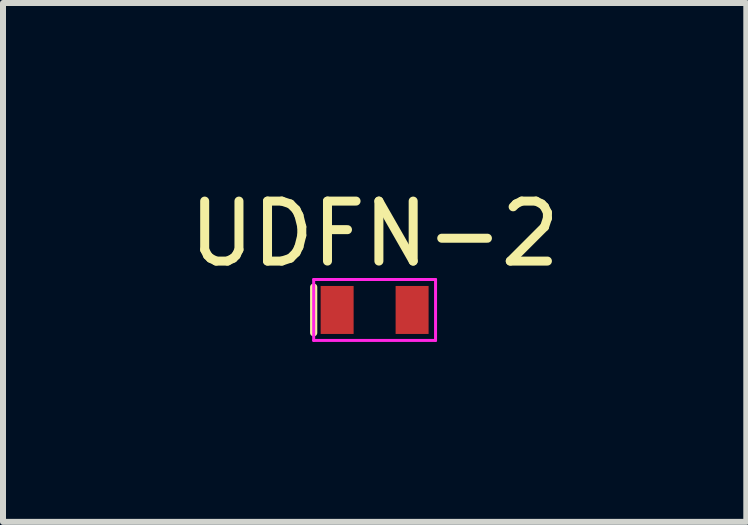
<source format=kicad_pcb>
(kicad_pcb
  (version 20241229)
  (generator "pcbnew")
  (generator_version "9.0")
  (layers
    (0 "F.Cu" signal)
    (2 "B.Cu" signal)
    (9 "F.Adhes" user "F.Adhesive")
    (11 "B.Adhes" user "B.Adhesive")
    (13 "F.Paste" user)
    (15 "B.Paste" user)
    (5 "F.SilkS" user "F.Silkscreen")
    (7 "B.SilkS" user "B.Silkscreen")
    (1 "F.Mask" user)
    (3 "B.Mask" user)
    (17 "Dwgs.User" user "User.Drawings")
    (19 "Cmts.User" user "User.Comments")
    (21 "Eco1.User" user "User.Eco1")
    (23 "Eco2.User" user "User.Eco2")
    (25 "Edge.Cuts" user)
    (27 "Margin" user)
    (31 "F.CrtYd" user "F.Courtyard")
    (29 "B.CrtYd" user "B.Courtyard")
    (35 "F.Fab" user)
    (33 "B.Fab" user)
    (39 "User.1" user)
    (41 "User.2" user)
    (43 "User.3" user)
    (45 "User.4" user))
  (footprint "UDFN-2"
    (layer "F.Cu")
    (at 3.196 2.118)
    (property "Reference" "UDFN-2" (at 0 -1.27 0) (layer "F.SilkS") (effects (font (size 1 1) (thickness 0.15))))
    (attr through_hole)
    (fp_line (start -1.016 -0.381) (end -1.016 0.381) (stroke (width 0.12) (type solid)) (layer "F.SilkS"))
    (fp_line (start -1.016 -0.508) (end -1.016 0.508) (stroke (width 0.05) (type solid)) (layer "F.CrtYd"))
    (fp_line (start -1.016 0.508) (end 1.016 0.508) (stroke (width 0.05) (type solid)) (layer "F.CrtYd"))
    (fp_line (start 1.016 -0.508) (end -1.016 -0.508) (stroke (width 0.05) (type solid)) (layer "F.CrtYd"))
    (fp_line (start 1.016 0.508) (end 1.016 -0.508) (stroke (width 0.05) (type solid)) (layer "F.CrtYd"))
    (pad "1" smd rect (at -0.625 0) (size 0.55 0.8) (layers "F.Cu" "F.Mask" "F.Paste"))
    (pad "2" smd rect (at 0.625 0) (size 0.55 0.8) (layers "F.Cu" "F.Mask" "F.Paste")))
  (gr_rect
    (start -3 -3)
    (end 9.393 5.651)
    (stroke (width 0.1) (type default))
    (fill no)
    (layer "Edge.Cuts")))
</source>
